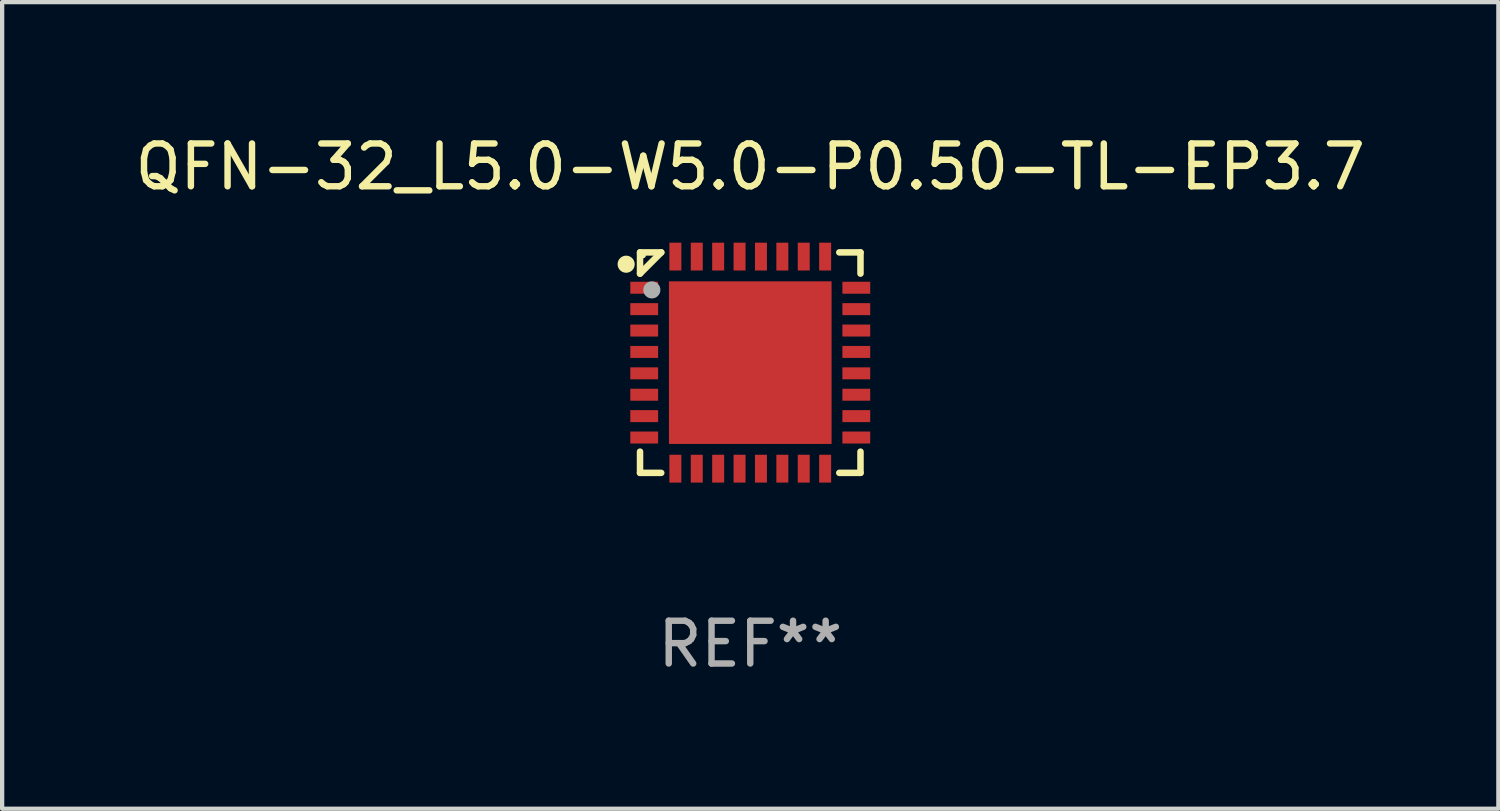
<source format=kicad_pcb>
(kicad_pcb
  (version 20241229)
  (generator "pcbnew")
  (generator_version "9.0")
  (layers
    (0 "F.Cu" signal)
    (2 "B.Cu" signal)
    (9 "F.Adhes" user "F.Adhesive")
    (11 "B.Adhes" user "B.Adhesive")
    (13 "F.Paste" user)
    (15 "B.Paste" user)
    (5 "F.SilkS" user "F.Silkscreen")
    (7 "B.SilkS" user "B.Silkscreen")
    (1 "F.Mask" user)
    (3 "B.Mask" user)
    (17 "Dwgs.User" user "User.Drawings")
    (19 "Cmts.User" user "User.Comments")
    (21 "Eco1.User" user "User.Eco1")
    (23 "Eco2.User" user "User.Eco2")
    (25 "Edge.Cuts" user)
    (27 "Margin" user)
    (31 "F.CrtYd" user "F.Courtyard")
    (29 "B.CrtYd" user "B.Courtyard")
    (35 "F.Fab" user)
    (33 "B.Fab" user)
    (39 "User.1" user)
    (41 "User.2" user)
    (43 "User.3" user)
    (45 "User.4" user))
  (footprint "QFN-32_L5.0-W5.0-P0.50-TL-EP3.7"
    (layer "F.Cu")
    (at 14.482 5.424)
    (property "Reference" "QFN-32_L5.0-W5.0-P0.50-TL-EP3.7" (at 0 -4.576 0) (layer "F.SilkS") (effects (font (size 1 1) (thickness 0.15))))
    (attr through_hole)
    (fp_line (start -2.576 -2.576) (end -2.576 -2.08) (stroke (width 0.152) (type solid)) (layer "F.SilkS"))
    (fp_line (start -2.576 2.576) (end -2.576 2.08) (stroke (width 0.152) (type solid)) (layer "F.SilkS"))
    (fp_line (start -2.08 -2.576) (end -2.576 -2.576) (stroke (width 0.152) (type solid)) (layer "F.SilkS"))
    (fp_line (start -2.08 -2.576) (end -2.576 -2.08) (stroke (width 0.152) (type solid)) (layer "F.SilkS"))
    (fp_line (start -2.08 2.576) (end -2.576 2.576) (stroke (width 0.152) (type solid)) (layer "F.SilkS"))
    (fp_line (start 2.08 -2.576) (end 2.576 -2.576) (stroke (width 0.152) (type solid)) (layer "F.SilkS"))
    (fp_line (start 2.08 2.576) (end 2.576 2.576) (stroke (width 0.152) (type solid)) (layer "F.SilkS"))
    (fp_line (start 2.576 -2.576) (end 2.576 -2.08) (stroke (width 0.152) (type solid)) (layer "F.SilkS"))
    (fp_line (start 2.576 2.576) (end 2.576 2.08) (stroke (width 0.152) (type solid)) (layer "F.SilkS"))
    (fp_circle (center -2.9 -2.3) (end -2.8 -2.3) (stroke (width 0.2) (type solid)) (fill no) (layer "F.SilkS"))
    (fp_circle (center -2.5 -2.5) (end -2.47 -2.5) (stroke (width 0.06) (type solid)) (fill no) (layer "F.SilkS"))
    (fp_circle (center -2.3 -1.7) (end -2.2 -1.7) (stroke (width 0.2) (type solid)) (fill no) (layer "F.Fab"))
    (fp_text user "REF**" (at 0 6.576 0) (layer "F.Fab") (effects (font (size 1 1) (thickness 0.15))))
    (pad "1" smd rect (at -2.478 -1.75) (size 0.65 0.28) (layers "F.Cu" "F.Mask" "F.Paste"))
    (pad "2" smd rect (at -2.478 -1.25) (size 0.65 0.28) (layers "F.Cu" "F.Mask" "F.Paste"))
    (pad "3" smd rect (at -2.478 -0.75) (size 0.65 0.28) (layers "F.Cu" "F.Mask" "F.Paste"))
    (pad "4" smd rect (at -2.478 -0.25) (size 0.65 0.28) (layers "F.Cu" "F.Mask" "F.Paste"))
    (pad "5" smd rect (at -2.478 0.25) (size 0.65 0.28) (layers "F.Cu" "F.Mask" "F.Paste"))
    (pad "6" smd rect (at -2.478 0.75) (size 0.65 0.28) (layers "F.Cu" "F.Mask" "F.Paste"))
    (pad "7" smd rect (at -2.478 1.25) (size 0.65 0.28) (layers "F.Cu" "F.Mask" "F.Paste"))
    (pad "8" smd rect (at -2.478 1.75) (size 0.65 0.28) (layers "F.Cu" "F.Mask" "F.Paste"))
    (pad "9" smd rect (at -1.75 2.478) (size 0.28 0.65) (layers "F.Cu" "F.Mask" "F.Paste"))
    (pad "10" smd rect (at -1.25 2.478) (size 0.28 0.65) (layers "F.Cu" "F.Mask" "F.Paste"))
    (pad "11" smd rect (at -0.75 2.478) (size 0.28 0.65) (layers "F.Cu" "F.Mask" "F.Paste"))
    (pad "12" smd rect (at -0.25 2.478) (size 0.28 0.65) (layers "F.Cu" "F.Mask" "F.Paste"))
    (pad "13" smd rect (at 0.25 2.478) (size 0.28 0.65) (layers "F.Cu" "F.Mask" "F.Paste"))
    (pad "14" smd rect (at 0.75 2.478) (size 0.28 0.65) (layers "F.Cu" "F.Mask" "F.Paste"))
    (pad "15" smd rect (at 1.25 2.478) (size 0.28 0.65) (layers "F.Cu" "F.Mask" "F.Paste"))
    (pad "16" smd rect (at 1.75 2.478) (size 0.28 0.65) (layers "F.Cu" "F.Mask" "F.Paste"))
    (pad "17" smd rect (at 2.478 1.75) (size 0.65 0.28) (layers "F.Cu" "F.Mask" "F.Paste"))
    (pad "18" smd rect (at 2.478 1.25) (size 0.65 0.28) (layers "F.Cu" "F.Mask" "F.Paste"))
    (pad "19" smd rect (at 2.478 0.75) (size 0.65 0.28) (layers "F.Cu" "F.Mask" "F.Paste"))
    (pad "20" smd rect (at 2.478 0.25) (size 0.65 0.28) (layers "F.Cu" "F.Mask" "F.Paste"))
    (pad "21" smd rect (at 2.478 -0.25) (size 0.65 0.28) (layers "F.Cu" "F.Mask" "F.Paste"))
    (pad "22" smd rect (at 2.478 -0.75) (size 0.65 0.28) (layers "F.Cu" "F.Mask" "F.Paste"))
    (pad "23" smd rect (at 2.478 -1.25) (size 0.65 0.28) (layers "F.Cu" "F.Mask" "F.Paste"))
    (pad "24" smd rect (at 2.478 -1.75) (size 0.65 0.28) (layers "F.Cu" "F.Mask" "F.Paste"))
    (pad "25" smd rect (at 1.75 -2.478) (size 0.28 0.65) (layers "F.Cu" "F.Mask" "F.Paste"))
    (pad "26" smd rect (at 1.25 -2.478) (size 0.28 0.65) (layers "F.Cu" "F.Mask" "F.Paste"))
    (pad "27" smd rect (at 0.75 -2.478) (size 0.28 0.65) (layers "F.Cu" "F.Mask" "F.Paste"))
    (pad "28" smd rect (at 0.25 -2.478) (size 0.28 0.65) (layers "F.Cu" "F.Mask" "F.Paste"))
    (pad "29" smd rect (at -0.25 -2.478) (size 0.28 0.65) (layers "F.Cu" "F.Mask" "F.Paste"))
    (pad "30" smd rect (at -0.75 -2.478) (size 0.28 0.65) (layers "F.Cu" "F.Mask" "F.Paste"))
    (pad "31" smd rect (at -1.25 -2.478) (size 0.28 0.65) (layers "F.Cu" "F.Mask" "F.Paste"))
    (pad "32" smd rect (at -1.75 -2.478) (size 0.28 0.65) (layers "F.Cu" "F.Mask" "F.Paste"))
    (pad "33" smd rect (at 0 0) (size 3.8 3.8) (layers "F.Cu" "F.Mask" "F.Paste")))
  (gr_rect
    (start -3 -3)
    (end 31.964 15.849)
    (stroke (width 0.1) (type default))
    (fill no)
    (layer "Edge.Cuts")))
</source>
